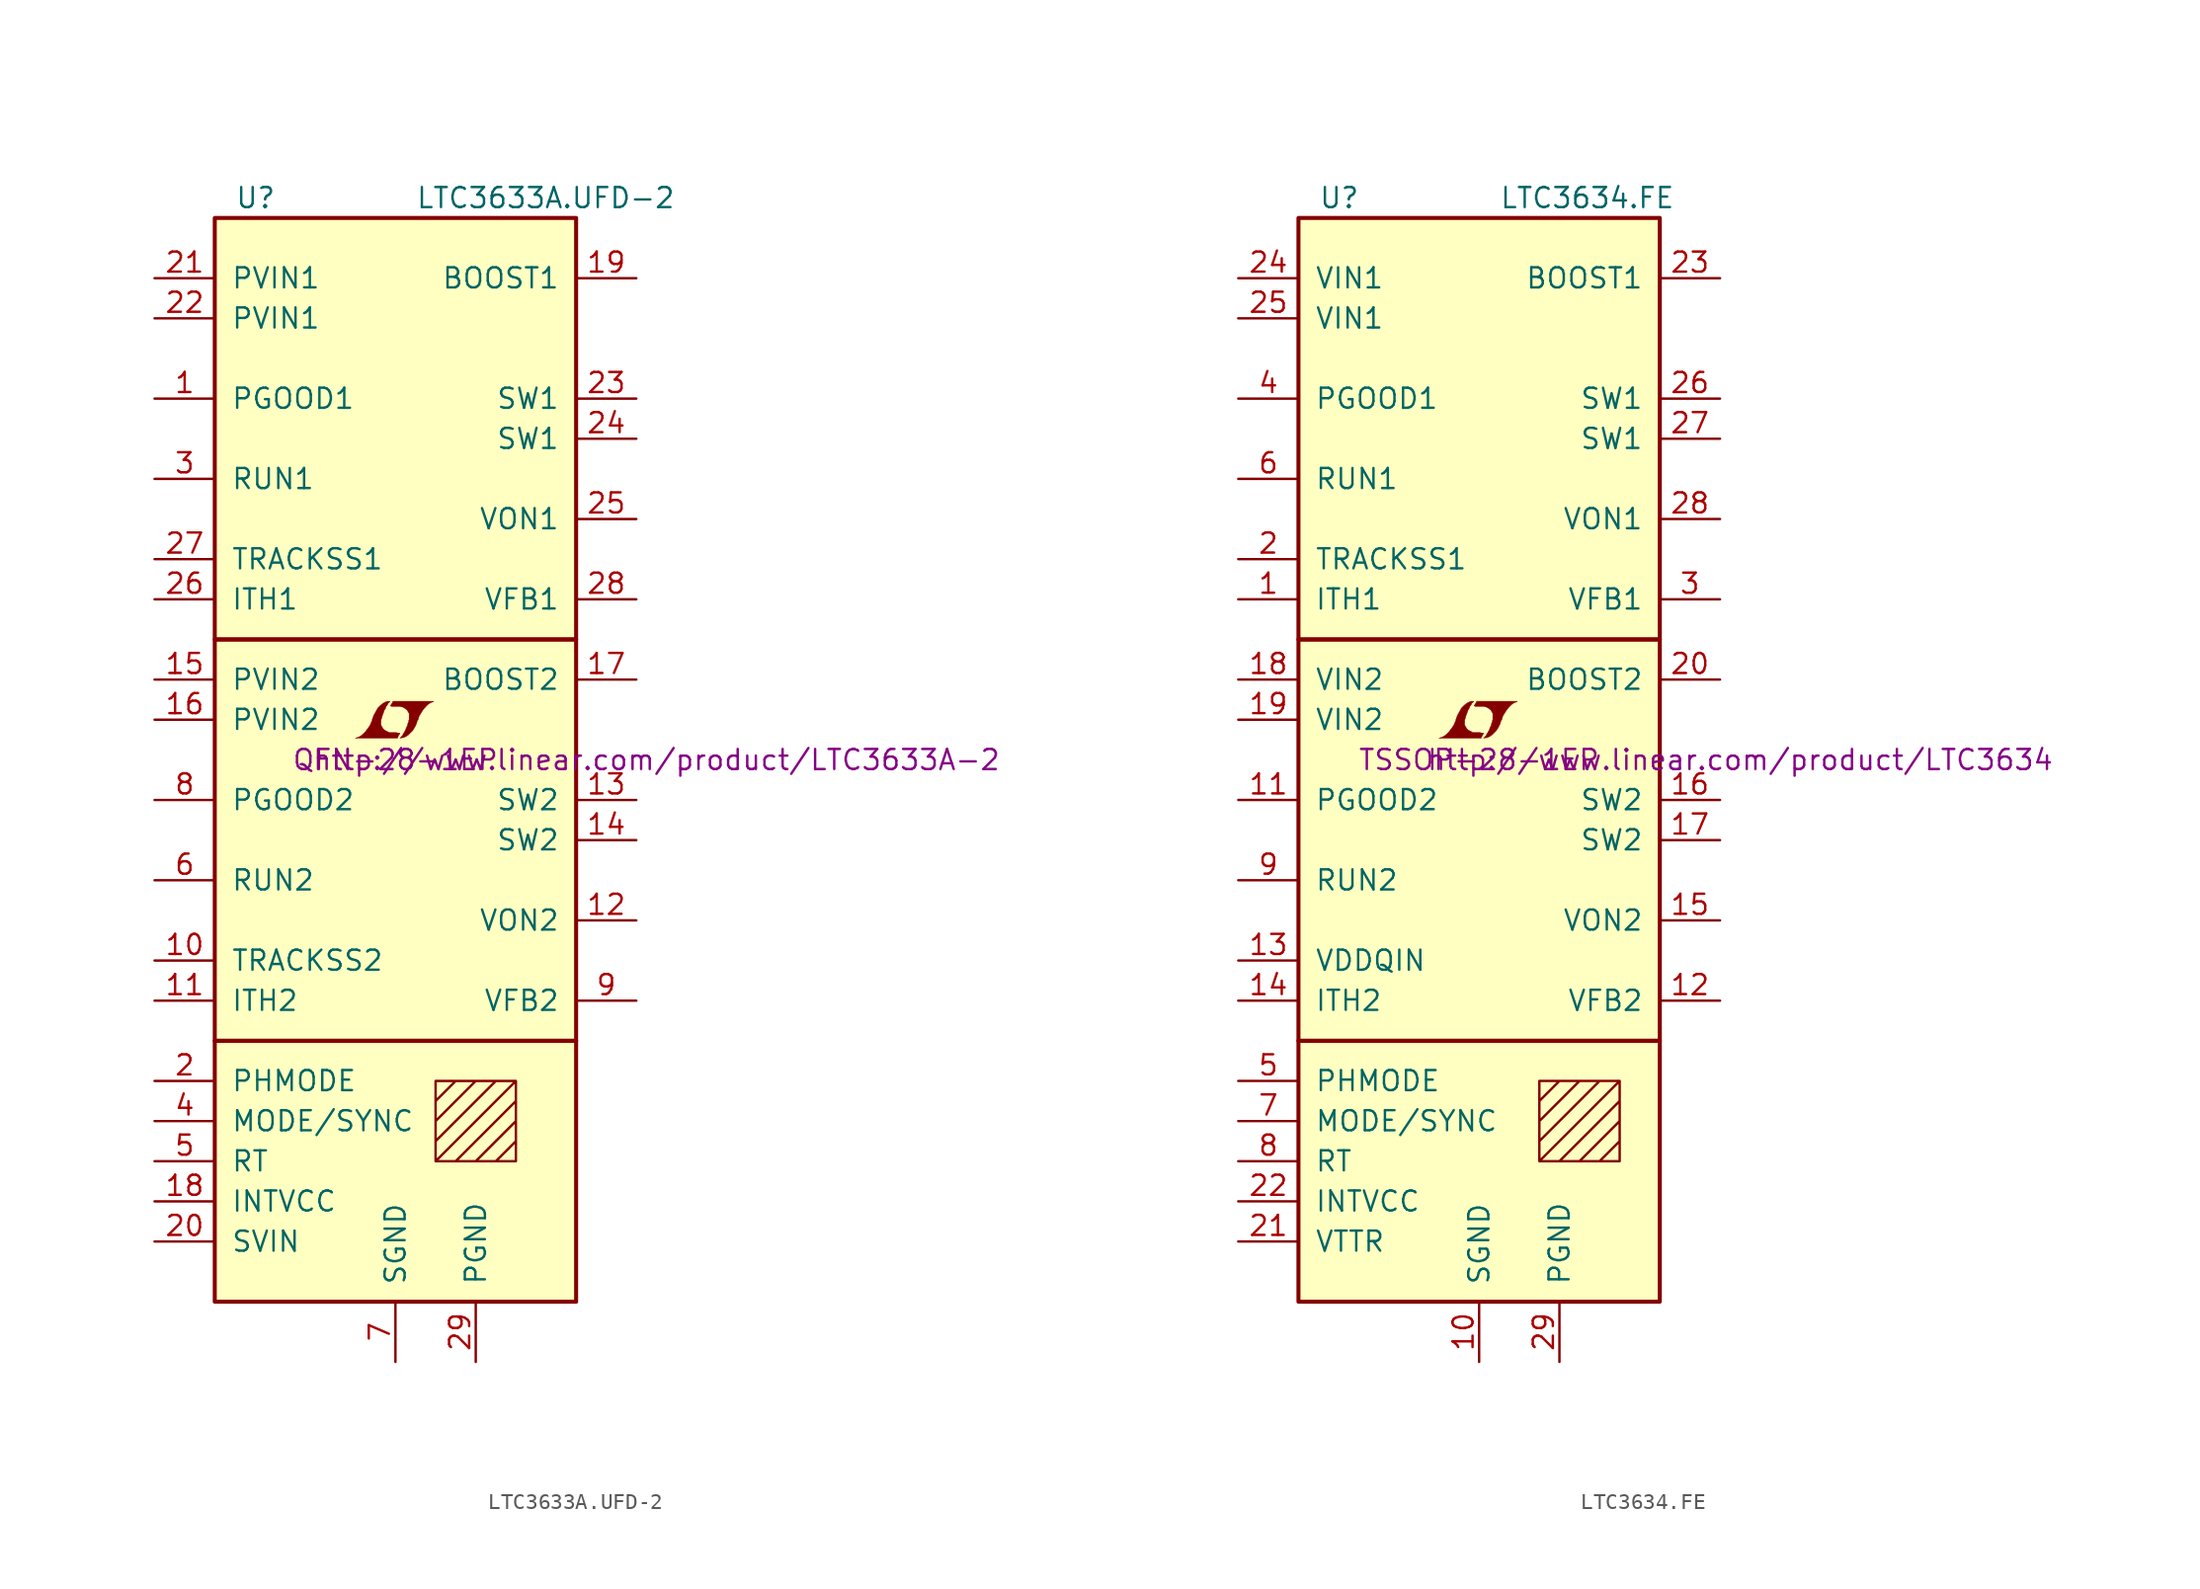
<source format=kicad_sym>
(kicad_symbol_lib
  (version 20201005)
  (generator kicad_symbol_editor)
  (symbol "LTC3633A.UFD-2"
    (pin_names
      (offset 1.016))
    (property "Reference" "U"
      (at -10.16 35.56 0)
      (effects (font (size 1.27 1.27)) (justify left)))
    (property "Value" "LTC3633A.UFD-2"
      (at 1.27 35.56 0)
      (effects (font (size 1.27 1.27)) (justify left)))
    (property "Footprint" "QFN-28-1EP"
      (at 0 0 0)
      (effects (font (size 1.27 1.27))))
    (property "Datasheet" "http://www.linear.com/product/LTC3633A-2"
      (at 16.51 0 0)
      (effects (font (size 1.27 1.27))))
    (symbol "LTC3633A.UFD-2_0_0"
      (polyline (pts (xy 0.203 1.549) (xy 0.229 1.575) (xy 0.279 1.676) (xy 0.279 1.702) (xy 0.152 1.702) (xy 0.051 1.727) (xy -0.406 1.727) (xy -0.432 1.753) (xy -0.686 1.88) (xy -0.787 1.981) (xy -0.864 2.108) (xy -0.914 2.21) (xy -0.914 2.515) (xy -0.864 2.667) (xy -0.838 2.769) (xy -0.813 2.845) (xy -0.762 2.972) (xy -0.711 3.124) (xy -0.635 3.251) (xy -0.584 3.378) (xy -0.508 3.48) (xy -0.457 3.581) (xy -0.33 3.708) (xy -0.508 3.708) (xy -0.635 3.658) (xy -0.737 3.607) (xy -0.813 3.556) (xy -0.94 3.454) (xy -1.118 3.277) (xy -1.372 2.819) (xy -1.473 2.54) (xy -1.473 2.489) (xy -1.524 2.388) (xy -1.575 2.261) (xy -1.626 2.159) (xy -1.753 1.981) (xy -1.905 1.778) (xy -2.057 1.626) (xy -2.21 1.499) (xy -2.388 1.422) (xy -2.54 1.372) (xy 0.127 1.372) (xy 0.203 1.549)) (stroke (width 0.025)) (fill (type outline)))
      (polyline (pts (xy 0.406 1.397) (xy 0.483 1.397) (xy 0.66 1.473) (xy 0.813 1.575) (xy 1.092 1.854) (xy 1.219 2.057) (xy 1.321 2.261) (xy 1.397 2.515) (xy 1.422 2.515) (xy 1.499 2.769) (xy 1.753 3.175) (xy 1.905 3.353) (xy 2.057 3.505) (xy 2.21 3.607) (xy 2.388 3.683) (xy 2.413 3.683) (xy 2.413 3.708) (xy -0.152 3.708) (xy -0.229 3.556) (xy -0.254 3.531) (xy -0.305 3.429) (xy -0.33 3.404) (xy -0.279 3.404) (xy -0.229 3.378) (xy 0.305 3.378) (xy 0.356 3.353) (xy 0.406 3.353) (xy 0.483 3.327) (xy 0.61 3.251) (xy 0.737 3.15) (xy 0.813 3.023) (xy 0.838 2.972) (xy 0.864 2.946) (xy 0.864 2.54) (xy 0.838 2.489) (xy 0.838 2.413) (xy 0.787 2.311) (xy 0.762 2.184) (xy 0.686 2.032) (xy 0.635 1.88) (xy 0.483 1.626) (xy 0.432 1.524) (xy 0.279 1.372) (xy 0.406 1.397)) (stroke (width 0.025)) (fill (type outline))))
    (symbol "LTC3633A.UFD-2_0_1"
      (rectangle (start -11.43 -17.78) (end 11.43 -34.29) (stroke (width 0.254)) (fill (type background)))
      (rectangle (start -11.43 7.62) (end 11.43 -17.78) (stroke (width 0.254)) (fill (type background)))
      (rectangle (start -11.43 34.29) (end 11.43 7.62) (stroke (width 0.254)) (fill (type background)))
      (polyline (pts (xy 2.54 -21.59) (xy 3.81 -20.32) (xy 5.08 -20.32) (xy 2.54 -22.86) (xy 2.54 -24.13) (xy 6.35 -20.32) (xy 7.62 -20.32) (xy 2.54 -25.4) (xy 3.81 -25.4) (xy 7.62 -21.59) (xy 7.62 -22.86) (xy 5.08 -25.4) (xy 6.35 -25.4) (xy 7.62 -24.13) (xy 7.62 -25.4) (xy 2.54 -25.4) (xy 2.54 -20.32) (xy 7.62 -20.32) (xy 7.62 -25.4)) (stroke (width 0)) (fill (type none))))
    (symbol "LTC3633A.UFD-2_1_1"
      (pin open_collector line (at -15.24 22.86 0) (length 3.81) (name "PGOOD1" (effects (font (size 1.27 1.27)))) (number "1" (effects (font (size 1.27 1.27)))))
      (pin passive line (at -15.24 -12.7 0) (length 3.81) (name "TRACKSS2" (effects (font (size 1.27 1.27)))) (number "10" (effects (font (size 1.27 1.27)))))
      (pin passive line (at -15.24 -15.24 0) (length 3.81) (name "ITH2" (effects (font (size 1.27 1.27)))) (number "11" (effects (font (size 1.27 1.27)))))
      (pin passive line (at 15.24 -10.16 180) (length 3.81) (name "VON2" (effects (font (size 1.27 1.27)))) (number "12" (effects (font (size 1.27 1.27)))))
      (pin passive line (at 15.24 -2.54 180) (length 3.81) (name "SW2" (effects (font (size 1.27 1.27)))) (number "13" (effects (font (size 1.27 1.27)))))
      (pin passive line (at 15.24 -5.08 180) (length 3.81) (name "SW2" (effects (font (size 1.27 1.27)))) (number "14" (effects (font (size 1.27 1.27)))))
      (pin power_in line (at -15.24 5.08 0) (length 3.81) (name "PVIN2" (effects (font (size 1.27 1.27)))) (number "15" (effects (font (size 1.27 1.27)))))
      (pin power_in line (at -15.24 2.54 0) (length 3.81) (name "PVIN2" (effects (font (size 1.27 1.27)))) (number "16" (effects (font (size 1.27 1.27)))))
      (pin passive line (at 15.24 5.08 180) (length 3.81) (name "BOOST2" (effects (font (size 1.27 1.27)))) (number "17" (effects (font (size 1.27 1.27)))))
      (pin passive line (at -15.24 -27.94 0) (length 3.81) (name "INTVCC" (effects (font (size 1.27 1.27)))) (number "18" (effects (font (size 1.27 1.27)))))
      (pin passive line (at 15.24 30.48 180) (length 3.81) (name "BOOST1" (effects (font (size 1.27 1.27)))) (number "19" (effects (font (size 1.27 1.27)))))
      (pin input line (at -15.24 -20.32 0) (length 3.81) (name "PHMODE" (effects (font (size 1.27 1.27)))) (number "2" (effects (font (size 1.27 1.27)))))
      (pin power_in line (at -15.24 -30.48 0) (length 3.81) (name "SVIN" (effects (font (size 1.27 1.27)))) (number "20" (effects (font (size 1.27 1.27)))))
      (pin power_in line (at -15.24 30.48 0) (length 3.81) (name "PVIN1" (effects (font (size 1.27 1.27)))) (number "21" (effects (font (size 1.27 1.27)))))
      (pin power_in line (at -15.24 27.94 0) (length 3.81) (name "PVIN1" (effects (font (size 1.27 1.27)))) (number "22" (effects (font (size 1.27 1.27)))))
      (pin passive line (at 15.24 22.86 180) (length 3.81) (name "SW1" (effects (font (size 1.27 1.27)))) (number "23" (effects (font (size 1.27 1.27)))))
      (pin passive line (at 15.24 20.32 180) (length 3.81) (name "SW1" (effects (font (size 1.27 1.27)))) (number "24" (effects (font (size 1.27 1.27)))))
      (pin passive line (at 15.24 15.24 180) (length 3.81) (name "VON1" (effects (font (size 1.27 1.27)))) (number "25" (effects (font (size 1.27 1.27)))))
      (pin passive line (at -15.24 10.16 0) (length 3.81) (name "ITH1" (effects (font (size 1.27 1.27)))) (number "26" (effects (font (size 1.27 1.27)))))
      (pin passive line (at -15.24 12.7 0) (length 3.81) (name "TRACKSS1" (effects (font (size 1.27 1.27)))) (number "27" (effects (font (size 1.27 1.27)))))
      (pin passive line (at 15.24 10.16 180) (length 3.81) (name "VFB1" (effects (font (size 1.27 1.27)))) (number "28" (effects (font (size 1.27 1.27)))))
      (pin power_in line (at 5.08 -38.1 90) (length 3.81) (name "PGND" (effects (font (size 1.27 1.27)))) (number "29" (effects (font (size 1.27 1.27)))))
      (pin input line (at -15.24 17.78 0) (length 3.81) (name "RUN1" (effects (font (size 1.27 1.27)))) (number "3" (effects (font (size 1.27 1.27)))))
      (pin input line (at -15.24 -22.86 0) (length 3.81) (name "MODE/SYNC" (effects (font (size 1.27 1.27)))) (number "4" (effects (font (size 1.27 1.27)))))
      (pin passive line (at -15.24 -25.4 0) (length 3.81) (name "RT" (effects (font (size 1.27 1.27)))) (number "5" (effects (font (size 1.27 1.27)))))
      (pin input line (at -15.24 -7.62 0) (length 3.81) (name "RUN2" (effects (font (size 1.27 1.27)))) (number "6" (effects (font (size 1.27 1.27)))))
      (pin power_in line (at 0 -38.1 90) (length 3.81) (name "SGND" (effects (font (size 1.27 1.27)))) (number "7" (effects (font (size 1.27 1.27)))))
      (pin open_collector line (at -15.24 -2.54 0) (length 3.81) (name "PGOOD2" (effects (font (size 1.27 1.27)))) (number "8" (effects (font (size 1.27 1.27)))))
      (pin passive line (at 15.24 -15.24 180) (length 3.81) (name "VFB2" (effects (font (size 1.27 1.27)))) (number "9" (effects (font (size 1.27 1.27)))))))
  (symbol "LTC3634.FE"
    (pin_names
      (offset 1.016))
    (property "Reference" "U"
      (at -10.16 35.56 0)
      (effects (font (size 1.27 1.27)) (justify left)))
    (property "Value" "LTC3634.FE"
      (at 1.27 35.56 0)
      (effects (font (size 1.27 1.27)) (justify left)))
    (property "Footprint" "TSSOP-28-1EP"
      (at 0 0 0)
      (effects (font (size 1.27 1.27))))
    (property "Datasheet" "http://www.linear.com/product/LTC3634"
      (at 16.51 0 0)
      (effects (font (size 1.27 1.27))))
    (symbol "LTC3634.FE_0_0"
      (polyline (pts (xy 0.203 1.549) (xy 0.229 1.575) (xy 0.279 1.676) (xy 0.279 1.702) (xy 0.152 1.702) (xy 0.051 1.727) (xy -0.406 1.727) (xy -0.432 1.753) (xy -0.686 1.88) (xy -0.787 1.981) (xy -0.864 2.108) (xy -0.914 2.21) (xy -0.914 2.515) (xy -0.864 2.667) (xy -0.838 2.769) (xy -0.813 2.845) (xy -0.762 2.972) (xy -0.711 3.124) (xy -0.635 3.251) (xy -0.584 3.378) (xy -0.508 3.48) (xy -0.457 3.581) (xy -0.33 3.708) (xy -0.508 3.708) (xy -0.635 3.658) (xy -0.737 3.607) (xy -0.813 3.556) (xy -0.94 3.454) (xy -1.118 3.277) (xy -1.372 2.819) (xy -1.473 2.54) (xy -1.473 2.489) (xy -1.524 2.388) (xy -1.575 2.261) (xy -1.626 2.159) (xy -1.753 1.981) (xy -1.905 1.778) (xy -2.057 1.626) (xy -2.21 1.499) (xy -2.388 1.422) (xy -2.54 1.372) (xy 0.127 1.372) (xy 0.203 1.549)) (stroke (width 0.025)) (fill (type outline)))
      (polyline (pts (xy 0.406 1.397) (xy 0.483 1.397) (xy 0.66 1.473) (xy 0.813 1.575) (xy 1.092 1.854) (xy 1.219 2.057) (xy 1.321 2.261) (xy 1.397 2.515) (xy 1.422 2.515) (xy 1.499 2.769) (xy 1.753 3.175) (xy 1.905 3.353) (xy 2.057 3.505) (xy 2.21 3.607) (xy 2.388 3.683) (xy 2.413 3.683) (xy 2.413 3.708) (xy -0.152 3.708) (xy -0.229 3.556) (xy -0.254 3.531) (xy -0.305 3.429) (xy -0.33 3.404) (xy -0.279 3.404) (xy -0.229 3.378) (xy 0.305 3.378) (xy 0.356 3.353) (xy 0.406 3.353) (xy 0.483 3.327) (xy 0.61 3.251) (xy 0.737 3.15) (xy 0.813 3.023) (xy 0.838 2.972) (xy 0.864 2.946) (xy 0.864 2.54) (xy 0.838 2.489) (xy 0.838 2.413) (xy 0.787 2.311) (xy 0.762 2.184) (xy 0.686 2.032) (xy 0.635 1.88) (xy 0.483 1.626) (xy 0.432 1.524) (xy 0.279 1.372) (xy 0.406 1.397)) (stroke (width 0.025)) (fill (type outline))))
    (symbol "LTC3634.FE_0_1"
      (rectangle (start -11.43 -17.78) (end 11.43 -34.29) (stroke (width 0.254)) (fill (type background)))
      (rectangle (start -11.43 7.62) (end 11.43 -17.78) (stroke (width 0.254)) (fill (type background)))
      (rectangle (start -11.43 34.29) (end 11.43 7.62) (stroke (width 0.254)) (fill (type background)))
      (polyline (pts (xy 3.81 -21.59) (xy 5.08 -20.32) (xy 6.35 -20.32) (xy 3.81 -22.86) (xy 3.81 -24.13) (xy 7.62 -20.32) (xy 8.89 -20.32) (xy 3.81 -25.4) (xy 5.08 -25.4) (xy 8.89 -21.59) (xy 8.89 -22.86) (xy 6.35 -25.4) (xy 7.62 -25.4) (xy 8.89 -24.13) (xy 8.89 -25.4) (xy 3.81 -25.4) (xy 3.81 -20.32) (xy 8.89 -20.32) (xy 8.89 -25.4)) (stroke (width 0)) (fill (type none))))
    (symbol "LTC3634.FE_1_1"
      (pin passive line (at -15.24 10.16 0) (length 3.81) (name "ITH1" (effects (font (size 1.27 1.27)))) (number "1" (effects (font (size 1.27 1.27)))))
      (pin power_in line (at 0 -38.1 90) (length 3.81) (name "SGND" (effects (font (size 1.27 1.27)))) (number "10" (effects (font (size 1.27 1.27)))))
      (pin open_collector line (at -15.24 -2.54 0) (length 3.81) (name "PGOOD2" (effects (font (size 1.27 1.27)))) (number "11" (effects (font (size 1.27 1.27)))))
      (pin passive line (at 15.24 -15.24 180) (length 3.81) (name "VFB2" (effects (font (size 1.27 1.27)))) (number "12" (effects (font (size 1.27 1.27)))))
      (pin passive line (at -15.24 -12.7 0) (length 3.81) (name "VDDQIN" (effects (font (size 1.27 1.27)))) (number "13" (effects (font (size 1.27 1.27)))))
      (pin passive line (at -15.24 -15.24 0) (length 3.81) (name "ITH2" (effects (font (size 1.27 1.27)))) (number "14" (effects (font (size 1.27 1.27)))))
      (pin passive line (at 15.24 -10.16 180) (length 3.81) (name "VON2" (effects (font (size 1.27 1.27)))) (number "15" (effects (font (size 1.27 1.27)))))
      (pin passive line (at 15.24 -2.54 180) (length 3.81) (name "SW2" (effects (font (size 1.27 1.27)))) (number "16" (effects (font (size 1.27 1.27)))))
      (pin passive line (at 15.24 -5.08 180) (length 3.81) (name "SW2" (effects (font (size 1.27 1.27)))) (number "17" (effects (font (size 1.27 1.27)))))
      (pin power_in line (at -15.24 5.08 0) (length 3.81) (name "VIN2" (effects (font (size 1.27 1.27)))) (number "18" (effects (font (size 1.27 1.27)))))
      (pin power_in line (at -15.24 2.54 0) (length 3.81) (name "VIN2" (effects (font (size 1.27 1.27)))) (number "19" (effects (font (size 1.27 1.27)))))
      (pin passive line (at -15.24 12.7 0) (length 3.81) (name "TRACKSS1" (effects (font (size 1.27 1.27)))) (number "2" (effects (font (size 1.27 1.27)))))
      (pin passive line (at 15.24 5.08 180) (length 3.81) (name "BOOST2" (effects (font (size 1.27 1.27)))) (number "20" (effects (font (size 1.27 1.27)))))
      (pin passive line (at -15.24 -30.48 0) (length 3.81) (name "VTTR" (effects (font (size 1.27 1.27)))) (number "21" (effects (font (size 1.27 1.27)))))
      (pin passive line (at -15.24 -27.94 0) (length 3.81) (name "INTVCC" (effects (font (size 1.27 1.27)))) (number "22" (effects (font (size 1.27 1.27)))))
      (pin passive line (at 15.24 30.48 180) (length 3.81) (name "BOOST1" (effects (font (size 1.27 1.27)))) (number "23" (effects (font (size 1.27 1.27)))))
      (pin power_in line (at -15.24 30.48 0) (length 3.81) (name "VIN1" (effects (font (size 1.27 1.27)))) (number "24" (effects (font (size 1.27 1.27)))))
      (pin power_in line (at -15.24 27.94 0) (length 3.81) (name "VIN1" (effects (font (size 1.27 1.27)))) (number "25" (effects (font (size 1.27 1.27)))))
      (pin passive line (at 15.24 22.86 180) (length 3.81) (name "SW1" (effects (font (size 1.27 1.27)))) (number "26" (effects (font (size 1.27 1.27)))))
      (pin passive line (at 15.24 20.32 180) (length 3.81) (name "SW1" (effects (font (size 1.27 1.27)))) (number "27" (effects (font (size 1.27 1.27)))))
      (pin passive line (at 15.24 15.24 180) (length 3.81) (name "VON1" (effects (font (size 1.27 1.27)))) (number "28" (effects (font (size 1.27 1.27)))))
      (pin power_in line (at 5.08 -38.1 90) (length 3.81) (name "PGND" (effects (font (size 1.27 1.27)))) (number "29" (effects (font (size 1.27 1.27)))))
      (pin passive line (at 15.24 10.16 180) (length 3.81) (name "VFB1" (effects (font (size 1.27 1.27)))) (number "3" (effects (font (size 1.27 1.27)))))
      (pin open_collector line (at -15.24 22.86 0) (length 3.81) (name "PGOOD1" (effects (font (size 1.27 1.27)))) (number "4" (effects (font (size 1.27 1.27)))))
      (pin input line (at -15.24 -20.32 0) (length 3.81) (name "PHMODE" (effects (font (size 1.27 1.27)))) (number "5" (effects (font (size 1.27 1.27)))))
      (pin input line (at -15.24 17.78 0) (length 3.81) (name "RUN1" (effects (font (size 1.27 1.27)))) (number "6" (effects (font (size 1.27 1.27)))))
      (pin input line (at -15.24 -22.86 0) (length 3.81) (name "MODE/SYNC" (effects (font (size 1.27 1.27)))) (number "7" (effects (font (size 1.27 1.27)))))
      (pin passive line (at -15.24 -25.4 0) (length 3.81) (name "RT" (effects (font (size 1.27 1.27)))) (number "8" (effects (font (size 1.27 1.27)))))
      (pin input line (at -15.24 -7.62 0) (length 3.81) (name "RUN2" (effects (font (size 1.27 1.27)))) (number "9" (effects (font (size 1.27 1.27))))))))
</source>
